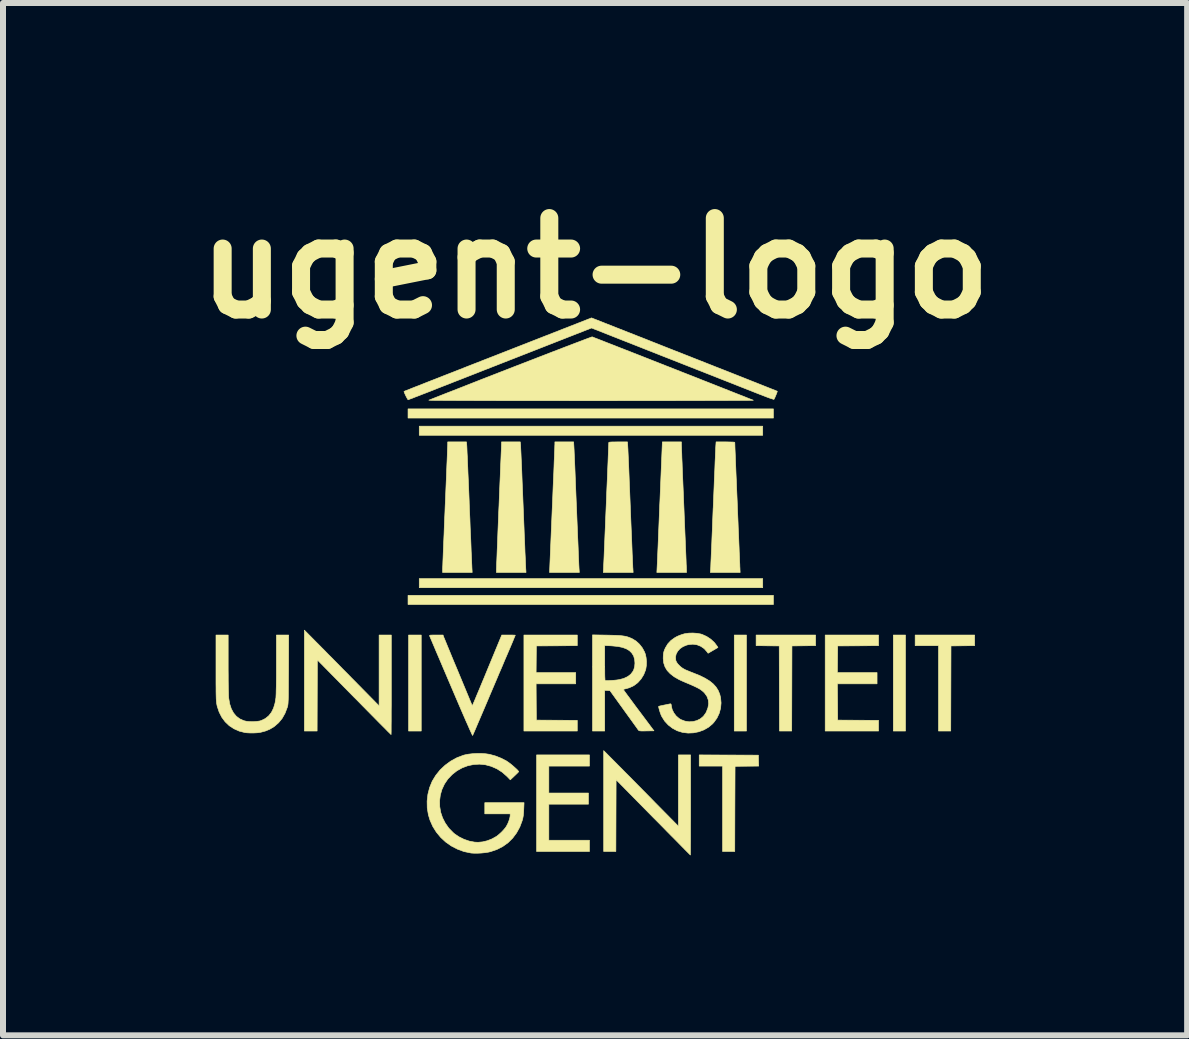
<source format=kicad_pcb>
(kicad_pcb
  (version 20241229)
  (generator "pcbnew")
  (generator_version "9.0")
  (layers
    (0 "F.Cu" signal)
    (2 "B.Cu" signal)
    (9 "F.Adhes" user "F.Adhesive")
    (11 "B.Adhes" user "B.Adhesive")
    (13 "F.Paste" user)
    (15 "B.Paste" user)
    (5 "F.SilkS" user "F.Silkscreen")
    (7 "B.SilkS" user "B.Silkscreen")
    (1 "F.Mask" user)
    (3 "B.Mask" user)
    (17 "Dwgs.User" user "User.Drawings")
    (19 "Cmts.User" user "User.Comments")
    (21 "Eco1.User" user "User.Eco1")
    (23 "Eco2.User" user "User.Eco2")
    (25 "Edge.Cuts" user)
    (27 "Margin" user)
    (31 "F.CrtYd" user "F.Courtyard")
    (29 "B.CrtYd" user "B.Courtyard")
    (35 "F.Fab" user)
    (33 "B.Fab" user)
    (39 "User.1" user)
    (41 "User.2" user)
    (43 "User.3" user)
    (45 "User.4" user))
  (footprint "ugent-logo"
    (layer "F.Cu")
    (at 6.865 6.718)
    (property "Reference" "ugent-logo" (at 0 -5.3 0) (layer "F.SilkS") (effects (font (size 1.524 1.524) (thickness 0.3))))
    (attr through_hole)
    (fp_poly (pts (xy -2.896 2.413) (xy -3.107 2.413) (xy -3.107 0.813) (xy -2.896 0.813) (xy -2.896 2.413)) (stroke (width 0.01) (type solid)) (fill yes) (layer "F.SilkS"))
    (fp_poly (pts (xy 2.523 2.413) (xy 2.32 2.413) (xy 2.32 0.813) (xy 2.523 0.813) (xy 2.523 2.413)) (stroke (width 0.01) (type solid)) (fill yes) (layer "F.SilkS"))
    (fp_poly (pts (xy 2.794 -2.515) (xy -2.929 -2.515) (xy -2.929 -2.667) (xy 2.794 -2.667) (xy 2.794 -2.515)) (stroke (width 0.01) (type solid)) (fill yes) (layer "F.SilkS"))
    (fp_poly (pts (xy 2.794 0.025) (xy -2.929 0.025) (xy -2.929 -0.127) (xy 2.794 -0.127) (xy 2.794 0.025)) (stroke (width 0.01) (type solid)) (fill yes) (layer "F.SilkS"))
    (fp_poly (pts (xy 2.972 -2.802) (xy -3.116 -2.802) (xy -3.116 -2.955) (xy 2.972 -2.955) (xy 2.972 -2.802)) (stroke (width 0.01) (type solid)) (fill yes) (layer "F.SilkS"))
    (fp_poly (pts (xy 2.972 0.305) (xy -3.116 0.305) (xy -3.116 0.152) (xy 2.972 0.152) (xy 2.972 0.305)) (stroke (width 0.01) (type solid)) (fill yes) (layer "F.SilkS"))
    (fp_poly (pts (xy 5.173 2.413) (xy 4.97 2.413) (xy 4.97 0.813) (xy 5.173 0.813) (xy 5.173 2.413)) (stroke (width 0.01) (type solid)) (fill yes) (layer "F.SilkS"))
    (fp_poly (pts (xy 6.325 0.99) (xy 5.931 0.995) (xy 5.927 2.413) (xy 5.723 2.413) (xy 5.723 0.991) (xy 5.334 0.991) (xy 5.334 0.813) (xy 6.325 0.813) (xy 6.325 0.99)) (stroke (width 0.01) (type solid)) (fill yes) (layer "F.SilkS"))
    (fp_poly (pts (xy 3.675 0.99) (xy 3.281 0.995) (xy 3.277 2.413) (xy 3.073 2.413) (xy 3.069 0.995) (xy 2.877 0.993) (xy 2.684 0.99) (xy 2.684 0.813) (xy 3.675 0.813) (xy 3.675 0.99)) (stroke (width 0.01) (type solid)) (fill yes) (layer "F.SilkS"))
    (fp_poly (pts (xy -0.093 2.997) (xy -0.77 2.997) (xy -0.77 3.446) (xy -0.11 3.446) (xy -0.11 3.632) (xy -0.77 3.632) (xy -0.77 4.233) (xy -0.093 4.233) (xy -0.093 4.42) (xy -0.974 4.42) (xy -0.974 2.811) (xy -0.093 2.811) (xy -0.093 2.997)) (stroke (width 0.01) (type solid)) (fill yes) (layer "F.SilkS"))
    (fp_poly (pts (xy 2.229 2.813) (xy 2.722 2.815) (xy 2.724 2.906) (xy 2.727 2.997) (xy 2.53 2.999) (xy 2.333 3.001) (xy 2.33 3.711) (xy 2.328 4.42) (xy 2.125 4.42) (xy 2.125 2.997) (xy 1.736 2.997) (xy 1.736 2.811) (xy 2.229 2.813)) (stroke (width 0.01) (type solid)) (fill yes) (layer "F.SilkS"))
    (fp_poly (pts (xy 4.724 0.99) (xy 4.384 0.993) (xy 4.043 0.995) (xy 4.038 1.439) (xy 4.699 1.439) (xy 4.699 1.626) (xy 4.038 1.626) (xy 4.041 1.928) (xy 4.043 2.231) (xy 4.384 2.233) (xy 4.724 2.235) (xy 4.724 2.413) (xy 3.835 2.413) (xy 3.835 0.813) (xy 4.724 0.813) (xy 4.724 0.99)) (stroke (width 0.01) (type solid)) (fill yes) (layer "F.SilkS"))
    (fp_poly (pts (xy -0.296 0.99) (xy -0.637 0.993) (xy -0.978 0.995) (xy -0.98 1.217) (xy -0.982 1.439) (xy -0.322 1.439) (xy -0.322 1.626) (xy -0.982 1.626) (xy -0.98 1.928) (xy -0.978 2.231) (xy -0.637 2.233) (xy -0.296 2.235) (xy -0.296 2.413) (xy -1.185 2.413) (xy -1.185 0.813) (xy -0.296 0.813) (xy -0.296 0.99)) (stroke (width 0.01) (type solid)) (fill yes) (layer "F.SilkS"))
    (fp_poly (pts (xy 0.375 2.972) (xy 0.424 3.021) (xy 0.483 3.081) (xy 0.55 3.148) (xy 0.623 3.222) (xy 0.701 3.301) (xy 0.78 3.381) (xy 0.86 3.462) (xy 0.938 3.541) (xy 0.997 3.602) (xy 1.389 3.999) (xy 1.389 2.811) (xy 1.592 2.811) (xy 1.592 3.645) (xy 1.592 3.762) (xy 1.592 3.875) (xy 1.591 3.981) (xy 1.591 4.08) (xy 1.591 4.171) (xy 1.591 4.252) (xy 1.59 4.323) (xy 1.59 4.382) (xy 1.59 4.428) (xy 1.589 4.46) (xy 1.589 4.477) (xy 1.589 4.479) (xy 1.582 4.473) (xy 1.565 4.456) (xy 1.537 4.428) (xy 1.5 4.391) (xy 1.454 4.344) (xy 1.401 4.29) (xy 1.34 4.228) (xy 1.272 4.16) (xy 1.199 4.086) (xy 1.122 4.007) (xy 1.04 3.924) (xy 0.968 3.852) (xy 0.351 3.225) (xy 0.347 4.42) (xy 0.144 4.42) (xy 0.144 3.579) (xy 0.144 2.739) (xy 0.375 2.972)) (stroke (width 0.01) (type solid)) (fill yes) (layer "F.SilkS"))
    (fp_poly (pts (xy -4.65 0.927) (xy -4.61 0.967) (xy -4.56 1.018) (xy -4.501 1.077) (xy -4.436 1.144) (xy -4.364 1.216) (xy -4.289 1.292) (xy -4.212 1.371) (xy -4.133 1.45) (xy -4.056 1.529) (xy -4.027 1.558) (xy -3.598 1.994) (xy -3.598 0.813) (xy -3.395 0.813) (xy -3.395 1.643) (xy -3.395 1.759) (xy -3.395 1.872) (xy -3.395 1.978) (xy -3.396 2.076) (xy -3.396 2.167) (xy -3.396 2.248) (xy -3.397 2.318) (xy -3.397 2.377) (xy -3.397 2.422) (xy -3.398 2.454) (xy -3.398 2.47) (xy -3.399 2.472) (xy -3.405 2.466) (xy -3.422 2.449) (xy -3.45 2.422) (xy -3.487 2.384) (xy -3.533 2.338) (xy -3.587 2.284) (xy -3.648 2.222) (xy -3.715 2.154) (xy -3.788 2.08) (xy -3.866 2.001) (xy -3.947 1.918) (xy -4.015 1.85) (xy -4.627 1.228) (xy -4.629 1.821) (xy -4.631 2.413) (xy -4.843 2.413) (xy -4.843 1.573) (xy -4.843 0.732) (xy -4.65 0.927)) (stroke (width 0.01) (type solid)) (fill yes) (layer "F.SilkS"))
    (fp_poly (pts (xy -0.352 -2.326) (xy -0.351 -2.307) (xy -0.349 -2.273) (xy -0.347 -2.223) (xy -0.344 -2.161) (xy -0.341 -2.086) (xy -0.337 -2.001) (xy -0.333 -1.906) (xy -0.329 -1.802) (xy -0.325 -1.691) (xy -0.32 -1.574) (xy -0.315 -1.451) (xy -0.31 -1.326) (xy -0.309 -1.312) (xy -0.304 -1.186) (xy -0.299 -1.064) (xy -0.294 -0.946) (xy -0.29 -0.835) (xy -0.285 -0.731) (xy -0.281 -0.635) (xy -0.278 -0.549) (xy -0.275 -0.473) (xy -0.272 -0.41) (xy -0.27 -0.36) (xy -0.268 -0.324) (xy -0.267 -0.304) (xy -0.267 -0.303) (xy -0.262 -0.229) (xy -0.758 -0.229) (xy -0.714 -1.276) (xy -0.708 -1.409) (xy -0.703 -1.537) (xy -0.698 -1.66) (xy -0.693 -1.777) (xy -0.688 -1.886) (xy -0.684 -1.987) (xy -0.681 -2.078) (xy -0.677 -2.159) (xy -0.675 -2.228) (xy -0.672 -2.284) (xy -0.671 -2.326) (xy -0.67 -2.353) (xy -0.669 -2.364) (xy -0.669 -2.405) (xy -0.357 -2.405) (xy -0.352 -2.326)) (stroke (width 0.01) (type solid)) (fill yes) (layer "F.SilkS"))
    (fp_poly (pts (xy 1.439 -2.356) (xy 1.44 -2.341) (xy 1.441 -2.311) (xy 1.442 -2.266) (xy 1.445 -2.207) (xy 1.447 -2.136) (xy 1.451 -2.053) (xy 1.454 -1.96) (xy 1.458 -1.858) (xy 1.463 -1.747) (xy 1.468 -1.63) (xy 1.473 -1.507) (xy 1.478 -1.379) (xy 1.482 -1.291) (xy 1.487 -1.161) (xy 1.492 -1.035) (xy 1.497 -0.915) (xy 1.502 -0.802) (xy 1.506 -0.696) (xy 1.51 -0.599) (xy 1.514 -0.511) (xy 1.517 -0.435) (xy 1.519 -0.37) (xy 1.522 -0.318) (xy 1.523 -0.281) (xy 1.524 -0.258) (xy 1.524 -0.252) (xy 1.524 -0.229) (xy 1.03 -0.229) (xy 1.035 -0.328) (xy 1.036 -0.35) (xy 1.038 -0.387) (xy 1.04 -0.439) (xy 1.043 -0.504) (xy 1.046 -0.581) (xy 1.05 -0.669) (xy 1.054 -0.767) (xy 1.058 -0.873) (xy 1.063 -0.987) (xy 1.068 -1.107) (xy 1.073 -1.232) (xy 1.078 -1.361) (xy 1.081 -1.416) (xy 1.122 -2.405) (xy 1.439 -2.405) (xy 1.439 -2.356)) (stroke (width 0.01) (type solid)) (fill yes) (layer "F.SilkS"))
    (fp_poly (pts (xy -2.139 -2.369) (xy -2.138 -2.355) (xy -2.136 -2.327) (xy -2.134 -2.283) (xy -2.132 -2.226) (xy -2.128 -2.156) (xy -2.125 -2.075) (xy -2.121 -1.984) (xy -2.117 -1.884) (xy -2.112 -1.776) (xy -2.107 -1.66) (xy -2.102 -1.54) (xy -2.097 -1.414) (xy -2.096 -1.372) (xy -2.091 -1.243) (xy -2.085 -1.119) (xy -2.081 -0.999) (xy -2.076 -0.884) (xy -2.071 -0.777) (xy -2.067 -0.678) (xy -2.064 -0.588) (xy -2.06 -0.509) (xy -2.057 -0.442) (xy -2.055 -0.388) (xy -2.053 -0.348) (xy -2.052 -0.323) (xy -2.052 -0.32) (xy -2.047 -0.229) (xy -2.54 -0.229) (xy -2.54 -0.269) (xy -2.54 -0.283) (xy -2.539 -0.312) (xy -2.537 -0.356) (xy -2.535 -0.414) (xy -2.532 -0.484) (xy -2.529 -0.566) (xy -2.525 -0.658) (xy -2.521 -0.76) (xy -2.516 -0.869) (xy -2.512 -0.986) (xy -2.507 -1.109) (xy -2.501 -1.236) (xy -2.498 -1.321) (xy -2.492 -1.451) (xy -2.487 -1.577) (xy -2.482 -1.697) (xy -2.477 -1.811) (xy -2.473 -1.918) (xy -2.469 -2.016) (xy -2.465 -2.104) (xy -2.462 -2.181) (xy -2.46 -2.247) (xy -2.458 -2.3) (xy -2.456 -2.338) (xy -2.455 -2.362) (xy -2.455 -2.368) (xy -2.455 -2.405) (xy -2.143 -2.405) (xy -2.139 -2.369)) (stroke (width 0.01) (type solid)) (fill yes) (layer "F.SilkS"))
    (fp_poly (pts (xy -1.241 -2.36) (xy -1.24 -2.346) (xy -1.239 -2.316) (xy -1.237 -2.271) (xy -1.234 -2.213) (xy -1.231 -2.142) (xy -1.227 -2.06) (xy -1.223 -1.968) (xy -1.219 -1.867) (xy -1.215 -1.758) (xy -1.21 -1.642) (xy -1.205 -1.52) (xy -1.2 -1.394) (xy -1.198 -1.346) (xy -1.193 -1.218) (xy -1.188 -1.093) (xy -1.183 -0.974) (xy -1.179 -0.86) (xy -1.174 -0.753) (xy -1.17 -0.655) (xy -1.167 -0.566) (xy -1.163 -0.489) (xy -1.16 -0.422) (xy -1.158 -0.369) (xy -1.156 -0.33) (xy -1.155 -0.307) (xy -1.155 -0.303) (xy -1.15 -0.229) (xy -1.643 -0.229) (xy -1.643 -0.282) (xy -1.642 -0.298) (xy -1.641 -0.329) (xy -1.64 -0.375) (xy -1.637 -0.434) (xy -1.634 -0.506) (xy -1.631 -0.589) (xy -1.627 -0.682) (xy -1.623 -0.785) (xy -1.619 -0.896) (xy -1.614 -1.013) (xy -1.609 -1.137) (xy -1.604 -1.265) (xy -1.6 -1.345) (xy -1.595 -1.475) (xy -1.59 -1.6) (xy -1.585 -1.72) (xy -1.58 -1.833) (xy -1.576 -1.939) (xy -1.572 -2.036) (xy -1.568 -2.123) (xy -1.565 -2.199) (xy -1.562 -2.263) (xy -1.56 -2.315) (xy -1.559 -2.352) (xy -1.558 -2.374) (xy -1.558 -2.38) (xy -1.558 -2.405) (xy -1.246 -2.405) (xy -1.241 -2.36)) (stroke (width 0.01) (type solid)) (fill yes) (layer "F.SilkS"))
    (fp_poly (pts (xy 2.222 -2.404) (xy 2.265 -2.403) (xy 2.298 -2.402) (xy 2.321 -2.4) (xy 2.328 -2.398) (xy 2.329 -2.389) (xy 2.33 -2.364) (xy 2.331 -2.325) (xy 2.333 -2.272) (xy 2.336 -2.208) (xy 2.339 -2.132) (xy 2.342 -2.048) (xy 2.346 -1.955) (xy 2.35 -1.855) (xy 2.355 -1.75) (xy 2.359 -1.64) (xy 2.364 -1.526) (xy 2.369 -1.411) (xy 2.373 -1.295) (xy 2.378 -1.179) (xy 2.383 -1.066) (xy 2.387 -0.955) (xy 2.392 -0.848) (xy 2.396 -0.747) (xy 2.4 -0.653) (xy 2.403 -0.566) (xy 2.407 -0.489) (xy 2.409 -0.422) (xy 2.412 -0.367) (xy 2.413 -0.325) (xy 2.415 -0.297) (xy 2.415 -0.286) (xy 2.418 -0.229) (xy 1.922 -0.229) (xy 1.927 -0.303) (xy 1.928 -0.321) (xy 1.929 -0.355) (xy 1.931 -0.404) (xy 1.934 -0.466) (xy 1.937 -0.54) (xy 1.941 -0.625) (xy 1.945 -0.72) (xy 1.949 -0.823) (xy 1.954 -0.933) (xy 1.958 -1.05) (xy 1.963 -1.172) (xy 1.968 -1.297) (xy 1.969 -1.304) (xy 1.974 -1.43) (xy 1.979 -1.552) (xy 1.984 -1.67) (xy 1.988 -1.781) (xy 1.993 -1.886) (xy 1.997 -1.982) (xy 2 -2.069) (xy 2.004 -2.145) (xy 2.006 -2.209) (xy 2.009 -2.26) (xy 2.01 -2.297) (xy 2.011 -2.317) (xy 2.011 -2.318) (xy 2.017 -2.405) (xy 2.173 -2.405) (xy 2.222 -2.404)) (stroke (width 0.01) (type solid)) (fill yes) (layer "F.SilkS"))
    (fp_poly (pts (xy 0.545 -2.335) (xy 0.546 -2.317) (xy 0.548 -2.284) (xy 0.55 -2.236) (xy 0.553 -2.174) (xy 0.556 -2.101) (xy 0.56 -2.016) (xy 0.564 -1.921) (xy 0.568 -1.818) (xy 0.572 -1.707) (xy 0.577 -1.59) (xy 0.582 -1.468) (xy 0.587 -1.342) (xy 0.588 -1.312) (xy 0.593 -1.185) (xy 0.598 -1.062) (xy 0.603 -0.944) (xy 0.608 -0.832) (xy 0.612 -0.727) (xy 0.616 -0.631) (xy 0.619 -0.544) (xy 0.623 -0.469) (xy 0.625 -0.405) (xy 0.628 -0.354) (xy 0.629 -0.318) (xy 0.631 -0.297) (xy 0.631 -0.294) (xy 0.635 -0.229) (xy 0.138 -0.229) (xy 0.141 -0.29) (xy 0.142 -0.306) (xy 0.143 -0.336) (xy 0.145 -0.381) (xy 0.148 -0.439) (xy 0.151 -0.508) (xy 0.154 -0.587) (xy 0.158 -0.676) (xy 0.162 -0.772) (xy 0.166 -0.874) (xy 0.171 -0.982) (xy 0.175 -1.094) (xy 0.18 -1.208) (xy 0.185 -1.324) (xy 0.19 -1.44) (xy 0.194 -1.555) (xy 0.199 -1.667) (xy 0.204 -1.776) (xy 0.208 -1.88) (xy 0.212 -1.978) (xy 0.216 -2.069) (xy 0.219 -2.151) (xy 0.222 -2.223) (xy 0.224 -2.284) (xy 0.226 -2.333) (xy 0.228 -2.368) (xy 0.228 -2.388) (xy 0.229 -2.392) (xy 0.231 -2.397) (xy 0.24 -2.4) (xy 0.258 -2.402) (xy 0.286 -2.404) (xy 0.327 -2.404) (xy 0.383 -2.405) (xy 0.54 -2.405) (xy 0.545 -2.335)) (stroke (width 0.01) (type solid)) (fill yes) (layer "F.SilkS"))
    (fp_poly (pts (xy -2.525 0.836) (xy -2.521 0.848) (xy -2.51 0.873) (xy -2.494 0.912) (xy -2.473 0.963) (xy -2.448 1.024) (xy -2.419 1.094) (xy -2.387 1.172) (xy -2.352 1.257) (xy -2.314 1.347) (xy -2.281 1.426) (xy -2.046 1.992) (xy -2.032 1.963) (xy -2.027 1.951) (xy -2.015 1.924) (xy -1.998 1.884) (xy -1.977 1.833) (xy -1.951 1.771) (xy -1.921 1.7) (xy -1.889 1.622) (xy -1.853 1.537) (xy -1.816 1.447) (xy -1.786 1.374) (xy -1.554 0.813) (xy -1.441 0.813) (xy -1.4 0.813) (xy -1.366 0.814) (xy -1.341 0.815) (xy -1.33 0.816) (xy -1.329 0.817) (xy -1.332 0.825) (xy -1.342 0.847) (xy -1.356 0.882) (xy -1.374 0.926) (xy -1.396 0.978) (xy -1.421 1.037) (xy -1.44 1.081) (xy -1.471 1.154) (xy -1.504 1.23) (xy -1.536 1.307) (xy -1.567 1.38) (xy -1.596 1.446) (xy -1.619 1.501) (xy -1.623 1.511) (xy -1.686 1.659) (xy -1.745 1.797) (xy -1.798 1.923) (xy -1.847 2.038) (xy -1.891 2.141) (xy -1.93 2.232) (xy -1.963 2.309) (xy -1.99 2.373) (xy -2.012 2.424) (xy -2.028 2.46) (xy -2.037 2.481) (xy -2.04 2.487) (xy -2.044 2.481) (xy -2.054 2.461) (xy -2.07 2.426) (xy -2.092 2.378) (xy -2.118 2.318) (xy -2.15 2.247) (xy -2.185 2.166) (xy -2.225 2.074) (xy -2.268 1.974) (xy -2.314 1.867) (xy -2.363 1.752) (xy -2.398 1.67) (xy -2.446 1.558) (xy -2.492 1.45) (xy -2.536 1.347) (xy -2.577 1.25) (xy -2.615 1.161) (xy -2.65 1.08) (xy -2.68 1.008) (xy -2.706 0.947) (xy -2.727 0.897) (xy -2.743 0.86) (xy -2.753 0.837) (xy -2.756 0.828) (xy -2.757 0.822) (xy -2.754 0.818) (xy -2.742 0.815) (xy -2.721 0.814) (xy -2.688 0.813) (xy -2.648 0.813) (xy -2.533 0.813) (xy -2.525 0.836)) (stroke (width 0.01) (type solid)) (fill yes) (layer "F.SilkS"))
    (fp_poly (pts (xy -6.113 1.302) (xy -6.113 1.395) (xy -6.112 1.484) (xy -6.112 1.568) (xy -6.111 1.646) (xy -6.11 1.715) (xy -6.108 1.773) (xy -6.107 1.82) (xy -6.105 1.852) (xy -6.104 1.865) (xy -6.088 1.96) (xy -6.061 2.042) (xy -6.024 2.111) (xy -5.977 2.167) (xy -5.92 2.21) (xy -5.851 2.241) (xy -5.85 2.241) (xy -5.807 2.251) (xy -5.754 2.256) (xy -5.696 2.257) (xy -5.639 2.253) (xy -5.589 2.246) (xy -5.561 2.238) (xy -5.494 2.205) (xy -5.438 2.16) (xy -5.392 2.102) (xy -5.357 2.031) (xy -5.332 1.947) (xy -5.317 1.855) (xy -5.316 1.829) (xy -5.314 1.788) (xy -5.313 1.733) (xy -5.311 1.666) (xy -5.31 1.589) (xy -5.309 1.504) (xy -5.309 1.413) (xy -5.309 1.316) (xy -5.309 1.29) (xy -5.309 0.813) (xy -5.105 0.813) (xy -5.107 1.386) (xy -5.108 1.499) (xy -5.109 1.596) (xy -5.109 1.678) (xy -5.11 1.748) (xy -5.11 1.806) (xy -5.111 1.854) (xy -5.112 1.892) (xy -5.114 1.923) (xy -5.115 1.948) (xy -5.117 1.967) (xy -5.119 1.983) (xy -5.122 1.997) (xy -5.125 2.009) (xy -5.129 2.022) (xy -5.13 2.023) (xy -5.166 2.118) (xy -5.214 2.203) (xy -5.273 2.275) (xy -5.342 2.335) (xy -5.352 2.342) (xy -5.42 2.383) (xy -5.49 2.412) (xy -5.568 2.433) (xy -5.578 2.435) (xy -5.628 2.442) (xy -5.687 2.445) (xy -5.749 2.445) (xy -5.806 2.442) (xy -5.836 2.438) (xy -5.93 2.414) (xy -6.017 2.375) (xy -6.095 2.324) (xy -6.163 2.259) (xy -6.219 2.184) (xy -6.263 2.098) (xy -6.295 2.003) (xy -6.3 1.98) (xy -6.303 1.963) (xy -6.306 1.946) (xy -6.308 1.927) (xy -6.31 1.904) (xy -6.312 1.877) (xy -6.313 1.844) (xy -6.314 1.804) (xy -6.315 1.755) (xy -6.315 1.695) (xy -6.316 1.624) (xy -6.316 1.54) (xy -6.316 1.442) (xy -6.316 1.357) (xy -6.316 0.813) (xy -6.113 0.813) (xy -6.113 1.302)) (stroke (width 0.01) (type solid)) (fill yes) (layer "F.SilkS"))
    (fp_poly (pts (xy 0.201 0.815) (xy 0.284 0.817) (xy 0.353 0.819) (xy 0.41 0.822) (xy 0.457 0.827) (xy 0.497 0.833) (xy 0.532 0.841) (xy 0.565 0.852) (xy 0.597 0.865) (xy 0.621 0.876) (xy 0.683 0.914) (xy 0.739 0.965) (xy 0.787 1.026) (xy 0.824 1.094) (xy 0.839 1.134) (xy 0.851 1.191) (xy 0.857 1.256) (xy 0.855 1.321) (xy 0.846 1.38) (xy 0.843 1.393) (xy 0.811 1.474) (xy 0.767 1.545) (xy 0.712 1.607) (xy 0.647 1.656) (xy 0.573 1.691) (xy 0.525 1.705) (xy 0.498 1.712) (xy 0.478 1.717) (xy 0.47 1.72) (xy 0.475 1.727) (xy 0.489 1.747) (xy 0.511 1.777) (xy 0.54 1.817) (xy 0.576 1.865) (xy 0.617 1.921) (xy 0.662 1.982) (xy 0.711 2.048) (xy 0.725 2.066) (xy 0.982 2.409) (xy 0.858 2.411) (xy 0.809 2.412) (xy 0.775 2.412) (xy 0.751 2.41) (xy 0.737 2.408) (xy 0.728 2.403) (xy 0.723 2.398) (xy 0.716 2.389) (xy 0.701 2.367) (xy 0.677 2.334) (xy 0.646 2.291) (xy 0.61 2.241) (xy 0.569 2.184) (xy 0.524 2.122) (xy 0.481 2.062) (xy 0.249 1.74) (xy 0.205 1.737) (xy 0.161 1.735) (xy 0.161 2.413) (xy -0.042 2.413) (xy -0.042 1.276) (xy 0.161 1.276) (xy 0.161 1.344) (xy 0.162 1.407) (xy 0.162 1.462) (xy 0.163 1.508) (xy 0.165 1.543) (xy 0.166 1.564) (xy 0.167 1.57) (xy 0.178 1.572) (xy 0.202 1.573) (xy 0.236 1.572) (xy 0.275 1.57) (xy 0.317 1.567) (xy 0.358 1.563) (xy 0.393 1.558) (xy 0.401 1.557) (xy 0.478 1.537) (xy 0.542 1.507) (xy 0.594 1.468) (xy 0.632 1.418) (xy 0.644 1.395) (xy 0.66 1.341) (xy 0.665 1.282) (xy 0.66 1.222) (xy 0.645 1.168) (xy 0.641 1.158) (xy 0.611 1.111) (xy 0.572 1.073) (xy 0.521 1.043) (xy 0.459 1.02) (xy 0.383 1.004) (xy 0.293 0.995) (xy 0.269 0.993) (xy 0.161 0.988) (xy 0.161 1.276) (xy -0.042 1.276) (xy -0.042 0.811) (xy 0.201 0.815)) (stroke (width 0.01) (type solid)) (fill yes) (layer "F.SilkS"))
    (fp_poly (pts (xy -0.039 -4.152) (xy -0.015 -4.142) (xy 0.022 -4.128) (xy 0.073 -4.108) (xy 0.135 -4.084) (xy 0.208 -4.055) (xy 0.29 -4.023) (xy 0.382 -3.987) (xy 0.481 -3.948) (xy 0.587 -3.907) (xy 0.699 -3.863) (xy 0.816 -3.817) (xy 0.937 -3.769) (xy 1.06 -3.721) (xy 1.186 -3.671) (xy 1.312 -3.622) (xy 1.438 -3.572) (xy 1.563 -3.523) (xy 1.686 -3.475) (xy 1.806 -3.427) (xy 1.921 -3.382) (xy 2.032 -3.338) (xy 2.136 -3.297) (xy 2.234 -3.258) (xy 2.323 -3.223) (xy 2.404 -3.191) (xy 2.474 -3.164) (xy 2.533 -3.14) (xy 2.58 -3.121) (xy 2.615 -3.108) (xy 2.635 -3.1) (xy 2.637 -3.098) (xy 2.63 -3.098) (xy 2.607 -3.097) (xy 2.568 -3.097) (xy 2.514 -3.096) (xy 2.445 -3.096) (xy 2.363 -3.095) (xy 2.268 -3.095) (xy 2.16 -3.094) (xy 2.04 -3.094) (xy 1.909 -3.094) (xy 1.767 -3.093) (xy 1.615 -3.093) (xy 1.453 -3.093) (xy 1.283 -3.092) (xy 1.105 -3.092) (xy 0.919 -3.092) (xy 0.727 -3.092) (xy 0.528 -3.092) (xy 0.323 -3.091) (xy 0.113 -3.091) (xy -0.068 -3.091) (xy -0.361 -3.091) (xy -0.638 -3.092) (xy -0.898 -3.092) (xy -1.141 -3.092) (xy -1.367 -3.092) (xy -1.576 -3.092) (xy -1.768 -3.093) (xy -1.943 -3.093) (xy -2.101 -3.094) (xy -2.243 -3.094) (xy -2.368 -3.095) (xy -2.475 -3.095) (xy -2.566 -3.096) (xy -2.64 -3.096) (xy -2.698 -3.097) (xy -2.738 -3.098) (xy -2.762 -3.099) (xy -2.769 -3.1) (xy -2.769 -3.1) (xy -2.681 -3.135) (xy -2.585 -3.173) (xy -2.481 -3.214) (xy -2.37 -3.257) (xy -2.253 -3.303) (xy -2.131 -3.351) (xy -2.004 -3.401) (xy -1.875 -3.452) (xy -1.743 -3.503) (xy -1.61 -3.555) (xy -1.476 -3.607) (xy -1.343 -3.659) (xy -1.211 -3.71) (xy -1.082 -3.76) (xy -0.956 -3.809) (xy -0.834 -3.856) (xy -0.718 -3.901) (xy -0.608 -3.943) (xy -0.505 -3.983) (xy -0.41 -4.019) (xy -0.324 -4.052) (xy -0.247 -4.081) (xy -0.182 -4.106) (xy -0.129 -4.126) (xy -0.088 -4.141) (xy -0.061 -4.151) (xy -0.049 -4.155) (xy -0.048 -4.155) (xy -0.039 -4.152)) (stroke (width 0.01) (type solid)) (fill yes) (layer "F.SilkS"))
    (fp_poly (pts (xy -1.892 2.787) (xy -1.821 2.792) (xy -1.76 2.801) (xy -1.661 2.828) (xy -1.562 2.867) (xy -1.472 2.914) (xy -1.469 2.917) (xy -1.442 2.935) (xy -1.411 2.958) (xy -1.378 2.985) (xy -1.346 3.013) (xy -1.316 3.04) (xy -1.292 3.063) (xy -1.277 3.081) (xy -1.272 3.09) (xy -1.272 3.09) (xy -1.279 3.098) (xy -1.295 3.115) (xy -1.319 3.138) (xy -1.343 3.161) (xy -1.412 3.226) (xy -1.466 3.17) (xy -1.545 3.1) (xy -1.634 3.043) (xy -1.73 3.001) (xy -1.827 2.975) (xy -1.925 2.965) (xy -2.023 2.971) (xy -2.12 2.991) (xy -2.213 3.026) (xy -2.301 3.075) (xy -2.38 3.137) (xy -2.45 3.21) (xy -2.452 3.212) (xy -2.509 3.296) (xy -2.551 3.386) (xy -2.578 3.479) (xy -2.59 3.575) (xy -2.588 3.671) (xy -2.572 3.767) (xy -2.541 3.859) (xy -2.496 3.947) (xy -2.438 4.03) (xy -2.366 4.104) (xy -2.341 4.126) (xy -2.267 4.176) (xy -2.184 4.217) (xy -2.097 4.247) (xy -2.008 4.264) (xy -1.95 4.267) (xy -1.874 4.26) (xy -1.795 4.241) (xy -1.716 4.21) (xy -1.645 4.17) (xy -1.637 4.165) (xy -1.601 4.136) (xy -1.561 4.1) (xy -1.524 4.061) (xy -1.492 4.023) (xy -1.476 3.998) (xy -1.456 3.961) (xy -1.438 3.918) (xy -1.424 3.876) (xy -1.416 3.84) (xy -1.414 3.822) (xy -1.414 3.793) (xy -1.837 3.793) (xy -1.837 3.607) (xy -1.183 3.607) (xy -1.188 3.719) (xy -1.191 3.778) (xy -1.196 3.826) (xy -1.204 3.869) (xy -1.214 3.906) (xy -1.254 4.013) (xy -1.308 4.111) (xy -1.373 4.198) (xy -1.45 4.274) (xy -1.538 4.337) (xy -1.636 4.387) (xy -1.742 4.423) (xy -1.781 4.432) (xy -1.834 4.44) (xy -1.894 4.446) (xy -1.957 4.449) (xy -2.015 4.449) (xy -2.064 4.446) (xy -2.07 4.445) (xy -2.185 4.421) (xy -2.293 4.381) (xy -2.395 4.328) (xy -2.488 4.263) (xy -2.571 4.186) (xy -2.644 4.098) (xy -2.704 4.002) (xy -2.75 3.898) (xy -2.777 3.809) (xy -2.796 3.695) (xy -2.798 3.58) (xy -2.785 3.466) (xy -2.756 3.354) (xy -2.713 3.249) (xy -2.654 3.152) (xy -2.582 3.062) (xy -2.498 2.983) (xy -2.404 2.914) (xy -2.302 2.858) (xy -2.194 2.817) (xy -2.172 2.811) (xy -2.113 2.799) (xy -2.044 2.791) (xy -1.968 2.787) (xy -1.892 2.787)) (stroke (width 0.01) (type solid)) (fill yes) (layer "F.SilkS"))
    (fp_poly (pts (xy 0.718 -4.165) (xy 0.831 -4.121) (xy 0.941 -4.077) (xy 1.048 -4.035) (xy 1.151 -3.994) (xy 1.247 -3.956) (xy 1.336 -3.921) (xy 1.416 -3.89) (xy 1.486 -3.862) (xy 1.545 -3.839) (xy 1.591 -3.821) (xy 1.623 -3.808) (xy 1.63 -3.805) (xy 1.829 -3.727) (xy 2.013 -3.654) (xy 2.182 -3.588) (xy 2.336 -3.527) (xy 2.475 -3.472) (xy 2.598 -3.423) (xy 2.707 -3.38) (xy 2.8 -3.343) (xy 2.878 -3.312) (xy 2.941 -3.287) (xy 2.988 -3.269) (xy 3.019 -3.256) (xy 3.035 -3.249) (xy 3.037 -3.248) (xy 3.035 -3.24) (xy 3.028 -3.22) (xy 3.018 -3.194) (xy 3.006 -3.166) (xy 2.995 -3.14) (xy 2.985 -3.121) (xy 2.981 -3.113) (xy 2.972 -3.115) (xy 2.949 -3.122) (xy 2.914 -3.133) (xy 2.87 -3.149) (xy 2.819 -3.169) (xy 2.762 -3.191) (xy 2.751 -3.195) (xy 2.664 -3.229) (xy 2.579 -3.263) (xy 2.492 -3.297) (xy 2.403 -3.332) (xy 2.308 -3.37) (xy 2.206 -3.41) (xy 2.094 -3.454) (xy 1.971 -3.503) (xy 1.846 -3.552) (xy 1.776 -3.58) (xy 1.693 -3.612) (xy 1.6 -3.649) (xy 1.5 -3.688) (xy 1.397 -3.729) (xy 1.293 -3.77) (xy 1.191 -3.81) (xy 1.094 -3.848) (xy 1.084 -3.852) (xy 0.986 -3.891) (xy 0.881 -3.932) (xy 0.773 -3.975) (xy 0.664 -4.018) (xy 0.558 -4.06) (xy 0.458 -4.099) (xy 0.367 -4.135) (xy 0.288 -4.166) (xy 0.286 -4.167) (xy -0.059 -4.303) (xy -1.28 -3.824) (xy -1.424 -3.768) (xy -1.566 -3.712) (xy -1.707 -3.657) (xy -1.845 -3.603) (xy -1.979 -3.55) (xy -2.107 -3.5) (xy -2.229 -3.452) (xy -2.343 -3.408) (xy -2.448 -3.366) (xy -2.544 -3.329) (xy -2.628 -3.296) (xy -2.7 -3.267) (xy -2.759 -3.244) (xy -2.803 -3.227) (xy -2.805 -3.226) (xy -2.873 -3.2) (xy -2.936 -3.175) (xy -2.992 -3.154) (xy -3.039 -3.135) (xy -3.077 -3.121) (xy -3.102 -3.112) (xy -3.114 -3.107) (xy -3.115 -3.107) (xy -3.121 -3.114) (xy -3.132 -3.133) (xy -3.147 -3.161) (xy -3.154 -3.175) (xy -3.168 -3.205) (xy -3.178 -3.229) (xy -3.183 -3.244) (xy -3.183 -3.246) (xy -3.175 -3.249) (xy -3.152 -3.259) (xy -3.114 -3.273) (xy -3.063 -3.294) (xy -3 -3.319) (xy -2.924 -3.348) (xy -2.837 -3.383) (xy -2.74 -3.421) (xy -2.632 -3.463) (xy -2.516 -3.509) (xy -2.392 -3.557) (xy -2.26 -3.609) (xy -2.121 -3.664) (xy -1.977 -3.72) (xy -1.827 -3.779) (xy -1.672 -3.839) (xy -1.619 -3.86) (xy -0.059 -4.471) (xy 0.718 -4.165)) (stroke (width 0.01) (type solid)) (fill yes) (layer "F.SilkS"))
    (fp_poly (pts (xy 1.699 0.785) (xy 1.761 0.796) (xy 1.786 0.804) (xy 1.861 0.838) (xy 1.93 0.884) (xy 1.991 0.941) (xy 2.033 0.997) (xy 2.048 1.021) (xy 1.884 1.117) (xy 1.867 1.094) (xy 1.819 1.04) (xy 1.762 1.001) (xy 1.699 0.976) (xy 1.63 0.966) (xy 1.559 0.973) (xy 1.526 0.981) (xy 1.466 1.006) (xy 1.416 1.04) (xy 1.378 1.082) (xy 1.352 1.129) (xy 1.341 1.179) (xy 1.345 1.232) (xy 1.346 1.237) (xy 1.358 1.265) (xy 1.378 1.294) (xy 1.404 1.321) (xy 1.426 1.342) (xy 1.448 1.359) (xy 1.473 1.375) (xy 1.502 1.391) (xy 1.54 1.407) (xy 1.589 1.427) (xy 1.645 1.449) (xy 1.749 1.491) (xy 1.837 1.535) (xy 1.91 1.58) (xy 1.969 1.628) (xy 2.016 1.68) (xy 2.052 1.737) (xy 2.078 1.8) (xy 2.092 1.857) (xy 2.1 1.945) (xy 2.092 2.033) (xy 2.069 2.118) (xy 2.031 2.198) (xy 1.979 2.27) (xy 1.956 2.295) (xy 1.89 2.35) (xy 1.813 2.394) (xy 1.729 2.425) (xy 1.641 2.443) (xy 1.55 2.447) (xy 1.459 2.436) (xy 1.452 2.434) (xy 1.368 2.408) (xy 1.29 2.366) (xy 1.22 2.312) (xy 1.16 2.247) (xy 1.113 2.172) (xy 1.104 2.155) (xy 1.094 2.129) (xy 1.083 2.098) (xy 1.073 2.065) (xy 1.065 2.036) (xy 1.06 2.013) (xy 1.06 2.002) (xy 1.06 2.002) (xy 1.07 1.999) (xy 1.092 1.993) (xy 1.123 1.987) (xy 1.148 1.981) (xy 1.185 1.974) (xy 1.218 1.967) (xy 1.242 1.962) (xy 1.25 1.96) (xy 1.261 1.96) (xy 1.267 1.967) (xy 1.271 1.985) (xy 1.272 1.997) (xy 1.285 2.054) (xy 1.313 2.111) (xy 1.351 2.161) (xy 1.399 2.203) (xy 1.43 2.222) (xy 1.498 2.248) (xy 1.567 2.259) (xy 1.634 2.255) (xy 1.698 2.238) (xy 1.756 2.209) (xy 1.806 2.167) (xy 1.845 2.113) (xy 1.854 2.097) (xy 1.881 2.026) (xy 1.893 1.959) (xy 1.887 1.896) (xy 1.866 1.837) (xy 1.828 1.783) (xy 1.805 1.759) (xy 1.777 1.736) (xy 1.744 1.713) (xy 1.702 1.69) (xy 1.65 1.665) (xy 1.585 1.636) (xy 1.549 1.621) (xy 1.506 1.603) (xy 1.462 1.584) (xy 1.425 1.567) (xy 1.401 1.556) (xy 1.319 1.509) (xy 1.253 1.458) (xy 1.202 1.404) (xy 1.166 1.344) (xy 1.144 1.278) (xy 1.136 1.205) (xy 1.137 1.166) (xy 1.14 1.125) (xy 1.146 1.094) (xy 1.156 1.064) (xy 1.172 1.028) (xy 1.173 1.026) (xy 1.213 0.96) (xy 1.264 0.905) (xy 1.326 0.86) (xy 1.365 0.838) (xy 1.406 0.82) (xy 1.451 0.804) (xy 1.492 0.792) (xy 1.499 0.791) (xy 1.561 0.782) (xy 1.63 0.78) (xy 1.699 0.785)) (stroke (width 0.01) (type solid)) (fill yes) (layer "F.SilkS")))
  (gr_rect
    (start -3 -3)
    (end 16.731 14.202)
    (stroke (width 0.1) (type default))
    (fill no)
    (layer "Edge.Cuts")))
</source>
